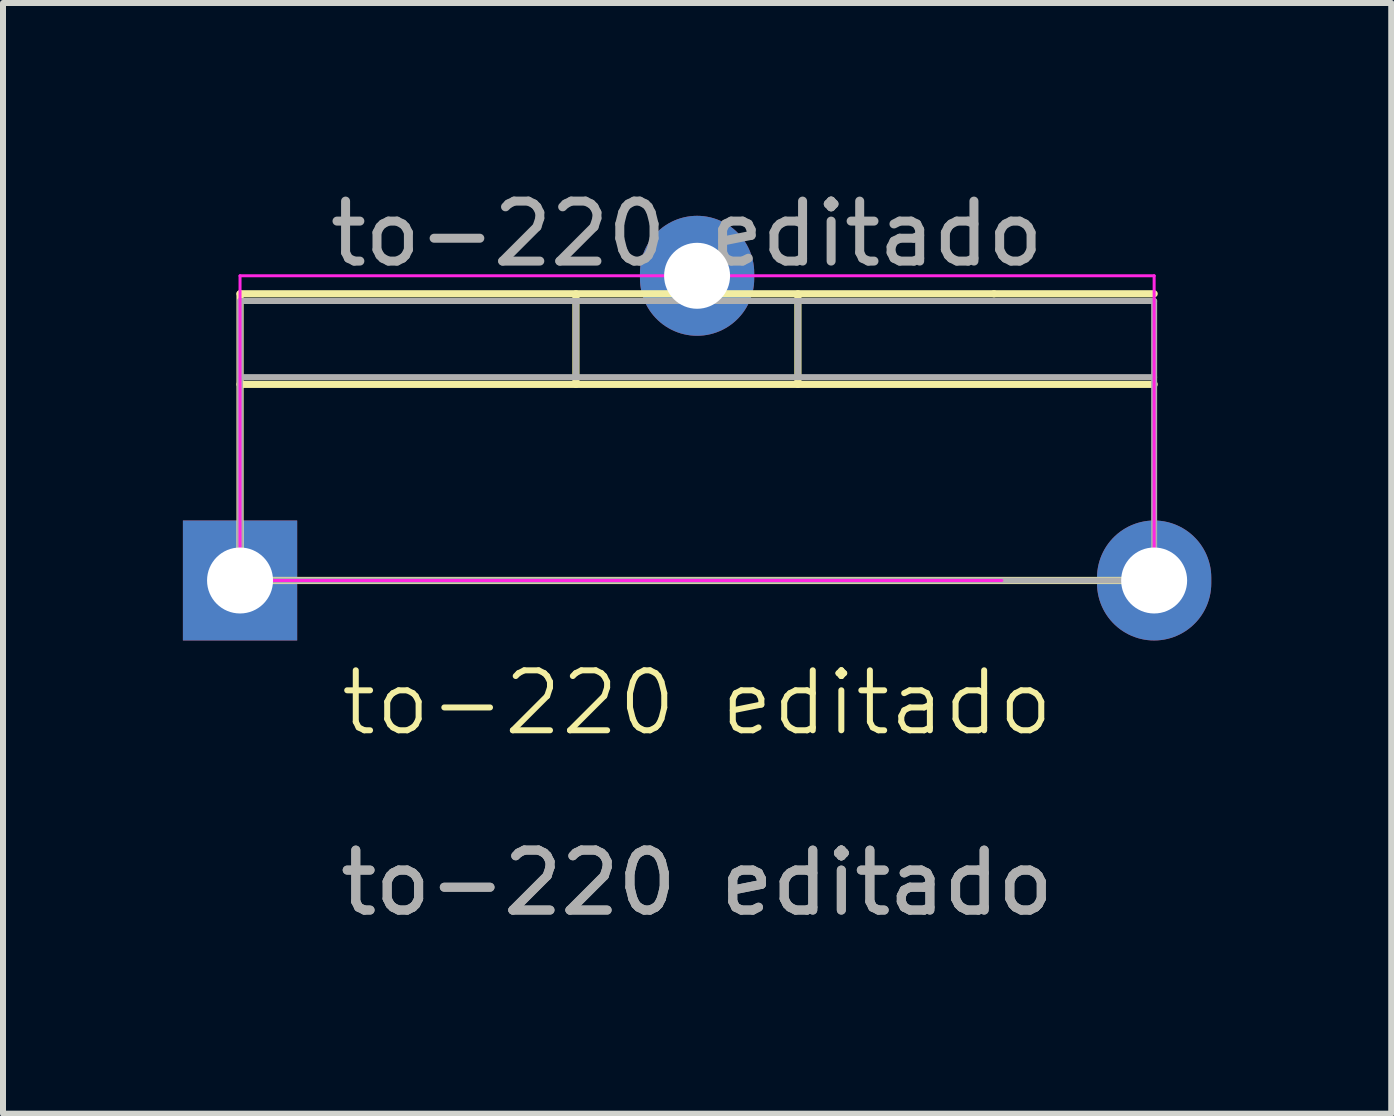
<source format=kicad_pcb>
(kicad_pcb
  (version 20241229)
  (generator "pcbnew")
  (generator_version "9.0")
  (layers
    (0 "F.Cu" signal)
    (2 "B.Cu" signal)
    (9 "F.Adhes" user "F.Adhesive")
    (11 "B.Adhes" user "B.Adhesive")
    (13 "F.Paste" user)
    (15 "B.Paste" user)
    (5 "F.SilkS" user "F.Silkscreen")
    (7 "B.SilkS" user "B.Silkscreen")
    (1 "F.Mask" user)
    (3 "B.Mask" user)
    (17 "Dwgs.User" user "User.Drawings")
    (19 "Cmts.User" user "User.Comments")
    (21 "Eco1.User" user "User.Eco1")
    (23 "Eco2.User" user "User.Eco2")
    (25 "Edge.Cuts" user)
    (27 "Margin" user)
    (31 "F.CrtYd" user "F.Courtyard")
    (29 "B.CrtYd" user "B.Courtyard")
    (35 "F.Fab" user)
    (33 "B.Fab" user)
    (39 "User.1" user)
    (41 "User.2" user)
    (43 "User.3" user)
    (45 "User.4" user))
  (footprint "to-220 editado"
    (layer "F.Cu")
    (at 8.572 9.168)
    (property "Reference" "to-220 editado" (at 0 -0.5 0) (unlocked yes) (layer "F.SilkS") (effects (font (size 1 1) (thickness 0.1))))
    (attr through_hole)
    (fp_line (start -7.62 -7.32) (end -7.62 -2.54) (stroke (width 0.12) (type solid)) (layer "F.SilkS"))
    (fp_line (start -7.62 -7.32) (end 4.95 -7.32) (stroke (width 0.12) (type solid)) (layer "F.SilkS"))
    (fp_line (start -7.62 -5.81) (end 7.62 -5.81) (stroke (width 0.12) (type solid)) (layer "F.SilkS"))
    (fp_line (start -7.62 -2.54) (end 7.62 -2.54) (stroke (width 0.12) (type solid)) (layer "F.SilkS"))
    (fp_line (start -2.02 -7.32) (end -2.02 -5.81) (stroke (width 0.12) (type solid)) (layer "F.SilkS"))
    (fp_line (start 1.681 -7.32) (end 1.681 -5.81) (stroke (width 0.12) (type solid)) (layer "F.SilkS"))
    (fp_line (start 7.62 -7.32) (end 4.95 -7.32) (stroke (width 0.12) (type solid)) (layer "F.SilkS"))
    (fp_line (start -7.62 -7.62) (end -7.62 -2.54) (stroke (width 0.05) (type solid)) (layer "F.CrtYd"))
    (fp_line (start -7.62 -2.54) (end 5.08 -2.54) (stroke (width 0.05) (type solid)) (layer "F.CrtYd"))
    (fp_line (start 7.62 -7.62) (end -7.62 -7.62) (stroke (width 0.05) (type solid)) (layer "F.CrtYd"))
    (fp_line (start 7.62 -2.54) (end 7.62 -7.62) (stroke (width 0.05) (type solid)) (layer "F.CrtYd"))
    (fp_line (start -7.62 -7.2) (end -7.62 -2.54) (stroke (width 0.1) (type solid)) (layer "F.Fab"))
    (fp_line (start -7.62 -5.93) (end 7.62 -5.93) (stroke (width 0.1) (type solid)) (layer "F.Fab"))
    (fp_line (start -7.62 -2.54) (end 7.62 -2.54) (stroke (width 0.1) (type solid)) (layer "F.Fab"))
    (fp_line (start -2.02 -7.2) (end -2.02 -5.93) (stroke (width 0.1) (type solid)) (layer "F.Fab"))
    (fp_line (start 1.68 -7.2) (end 1.68 -5.93) (stroke (width 0.1) (type solid)) (layer "F.Fab"))
    (fp_line (start 7.62 -7.2) (end -7.62 -7.2) (stroke (width 0.1) (type solid)) (layer "F.Fab"))
    (fp_line (start 7.62 -2.54) (end 7.62 -7.2) (stroke (width 0.1) (type solid)) (layer "F.Fab"))
    (fp_text user "${REFERENCE}" (at -0.17 -8.32 0) (layer "F.Fab") (effects (font (size 1 1) (thickness 0.15))))
    (fp_text user "${REFERENCE}" (at 0 2.5 0) (unlocked yes) (layer "F.Fab") (effects (font (size 1 1) (thickness 0.15))))
    (fp_text user "${REFERENCE}" (at 0 2.5 0) (unlocked yes) (layer "F.Fab") (effects (font (size 1 1) (thickness 0.15))))
    (pad "1" thru_hole rect (at -7.62 -2.54) (size 1.905 2) (drill 1.1) (layers "*.Cu" "*.Mask"))
    (pad "2" thru_hole oval (at 0 -7.62) (size 1.905 2) (drill 1.1) (layers "*.Cu" "*.Mask"))
    (pad "3" thru_hole oval (at 7.62 -2.54) (size 1.905 2) (drill 1.1) (layers "*.Cu" "*.Mask")))
  (gr_rect
    (start -3 -3)
    (end 20.145 15.517)
    (stroke (width 0.1) (type default))
    (fill no)
    (layer "Edge.Cuts")))
</source>
